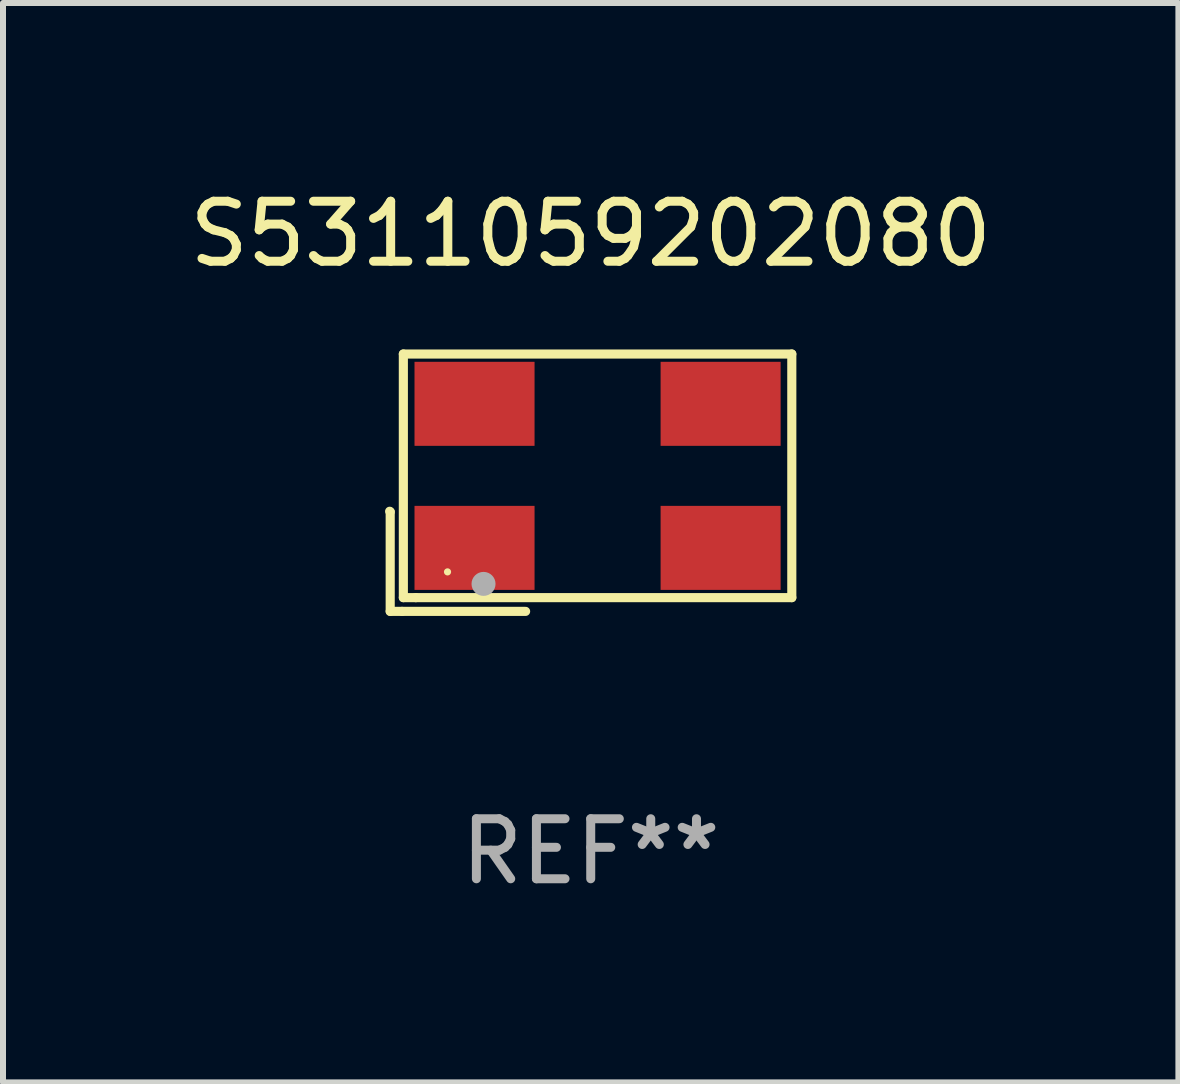
<source format=kicad_pcb>
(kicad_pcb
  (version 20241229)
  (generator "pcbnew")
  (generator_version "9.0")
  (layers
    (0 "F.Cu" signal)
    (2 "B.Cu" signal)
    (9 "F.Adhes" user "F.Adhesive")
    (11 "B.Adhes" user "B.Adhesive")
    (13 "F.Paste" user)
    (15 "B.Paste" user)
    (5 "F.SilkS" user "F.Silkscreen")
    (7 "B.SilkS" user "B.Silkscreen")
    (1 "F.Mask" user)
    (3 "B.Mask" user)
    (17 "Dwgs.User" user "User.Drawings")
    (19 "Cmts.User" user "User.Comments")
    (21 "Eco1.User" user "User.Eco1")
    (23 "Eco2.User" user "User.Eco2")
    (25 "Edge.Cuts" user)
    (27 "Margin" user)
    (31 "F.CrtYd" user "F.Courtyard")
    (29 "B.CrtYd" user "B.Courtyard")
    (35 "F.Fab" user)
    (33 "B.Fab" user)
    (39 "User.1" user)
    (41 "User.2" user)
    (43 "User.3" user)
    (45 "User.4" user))
  (footprint "S5311059202080"
    (layer "F.Cu")
    (at 6.792 4.992)
    (property "Reference" "S5311059202080" (at 0 -4.144 0) (layer "F.SilkS") (effects (font (size 1 1) (thickness 0.15))))
    (attr through_hole)
    (fp_line (start -3.35 0.476) (end -3.341 0.485) (stroke (width 0.152) (type solid)) (layer "F.SilkS"))
    (fp_line (start -3.341 0.485) (end -3.341 2.144) (stroke (width 0.152) (type solid)) (layer "F.SilkS"))
    (fp_line (start -3.341 2.144) (end -3.143 2.144) (stroke (width 0.152) (type solid)) (layer "F.SilkS"))
    (fp_line (start -3.143 2.144) (end -1.085 2.144) (stroke (width 0.152) (type solid)) (layer "F.SilkS"))
    (fp_line (start -3.122 -2.144) (end 3.35 -2.144) (stroke (width 0.152) (type solid)) (layer "F.SilkS"))
    (fp_line (start -3.122 1.915) (end -3.122 -2.144) (stroke (width 0.152) (type solid)) (layer "F.SilkS"))
    (fp_line (start -2.914 1.915) (end -3.122 1.915) (stroke (width 0.152) (type solid)) (layer "F.SilkS"))
    (fp_line (start 3.35 -2.144) (end 3.35 1.915) (stroke (width 0.152) (type solid)) (layer "F.SilkS"))
    (fp_line (start 3.35 1.915) (end -2.914 1.915) (stroke (width 0.152) (type solid)) (layer "F.SilkS"))
    (fp_circle (center -2.386 1.486) (end -2.356 1.486) (stroke (width 0.06) (type solid)) (fill no) (layer "F.SilkS"))
    (fp_circle (center -1.786 1.686) (end -1.686 1.686) (stroke (width 0.2) (type solid)) (fill no) (layer "F.Fab"))
    (fp_text user "REF**" (at 0 6.144 0) (layer "F.Fab") (effects (font (size 1 1) (thickness 0.15))))
    (pad "1" smd rect (at -1.936 1.086) (size 2 1.4) (layers "F.Cu" "F.Mask" "F.Paste"))
    (pad "2" smd rect (at 2.164 1.086) (size 2 1.4) (layers "F.Cu" "F.Mask" "F.Paste"))
    (pad "3" smd rect (at 2.164 -1.314) (size 2 1.4) (layers "F.Cu" "F.Mask" "F.Paste"))
    (pad "4" smd rect (at -1.936 -1.314) (size 2 1.4) (layers "F.Cu" "F.Mask" "F.Paste")))
  (gr_rect
    (start -3 -3)
    (end 16.583 14.984)
    (stroke (width 0.1) (type default))
    (fill no)
    (layer "Edge.Cuts")))
</source>
